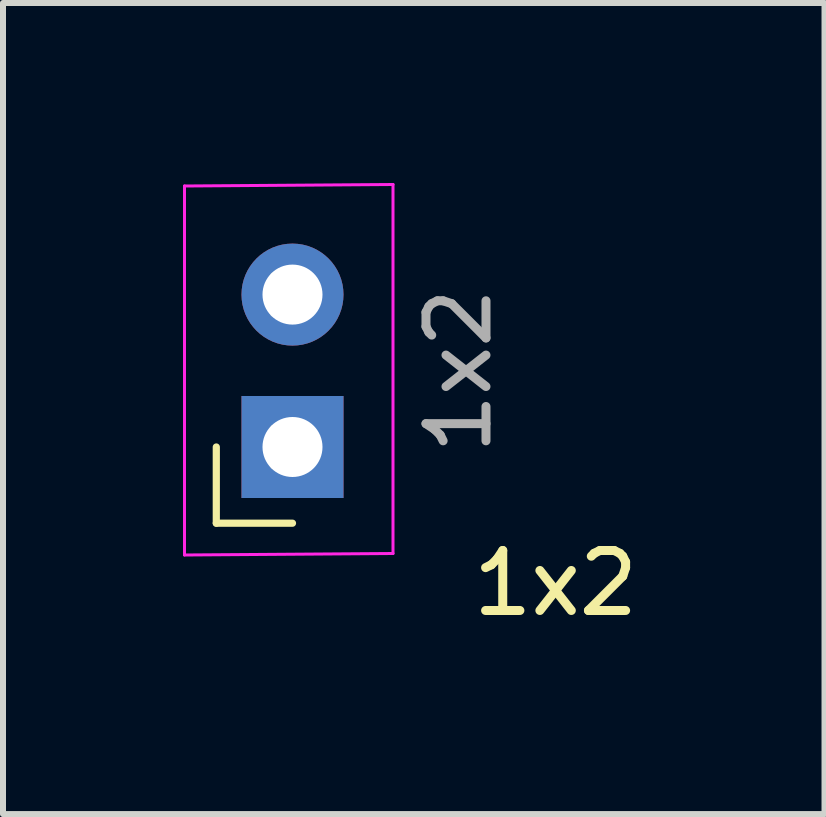
<source format=kicad_pcb>
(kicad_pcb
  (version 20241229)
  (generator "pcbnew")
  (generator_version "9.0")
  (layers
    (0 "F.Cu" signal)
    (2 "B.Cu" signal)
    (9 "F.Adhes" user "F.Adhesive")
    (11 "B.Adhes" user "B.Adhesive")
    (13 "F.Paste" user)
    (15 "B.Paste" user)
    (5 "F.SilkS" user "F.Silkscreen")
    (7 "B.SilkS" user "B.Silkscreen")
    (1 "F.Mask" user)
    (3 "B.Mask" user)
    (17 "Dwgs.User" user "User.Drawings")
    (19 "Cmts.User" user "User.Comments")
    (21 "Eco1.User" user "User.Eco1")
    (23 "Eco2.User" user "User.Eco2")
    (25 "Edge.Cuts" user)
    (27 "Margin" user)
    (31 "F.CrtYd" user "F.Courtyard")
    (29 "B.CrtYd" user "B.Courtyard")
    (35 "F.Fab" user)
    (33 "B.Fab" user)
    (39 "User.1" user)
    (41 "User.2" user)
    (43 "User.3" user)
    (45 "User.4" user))
  (footprint "1x2"
    (layer "F.Cu")
    (at 1.825 1.85)
    (property "Reference" "1x2" (at 4.385 4.82 0) (layer "F.SilkS") (effects (font (size 1 1) (thickness 0.15))))
    (attr through_hole)
    (fp_line (start -1.27 2.55) (end -1.27 3.82) (stroke (width 0.12) (type solid)) (layer "F.SilkS"))
    (fp_line (start -1.27 3.82) (end 0 3.82) (stroke (width 0.12) (type solid)) (layer "F.SilkS"))
    (fp_line (start -1.8 -1.8) (end 1.675 -1.825) (stroke (width 0.05) (type solid)) (layer "F.CrtYd"))
    (fp_line (start -1.8 4.35) (end -1.8 -1.8) (stroke (width 0.05) (type solid)) (layer "F.CrtYd"))
    (fp_line (start 1.675 -1.825) (end 1.675 4.325) (stroke (width 0.05) (type solid)) (layer "F.CrtYd"))
    (fp_line (start 1.675 4.325) (end -1.8 4.35) (stroke (width 0.05) (type solid)) (layer "F.CrtYd"))
    (fp_line (start -0.32 0.33) (end -0.32 -0.31) (stroke (width 0.1) (type solid)) (layer "F.Fab"))
    (fp_line (start -0.32 2.87) (end -0.32 2.23) (stroke (width 0.1) (type solid)) (layer "F.Fab"))
    (fp_text user "${REFERENCE}" (at 2.77 1.28 90) (layer "F.Fab") (effects (font (size 1 1) (thickness 0.15))))
    (pad "1" thru_hole rect (at 0 2.55) (size 1.7 1.7) (drill 1) (layers "*.Cu" "*.Mask"))
    (pad "2" thru_hole oval (at 0 0.01) (size 1.7 1.7) (drill 1) (layers "*.Cu" "*.Mask")))
  (gr_rect
    (start -3 -3)
    (end 10.692 10.518)
    (stroke (width 0.1) (type default))
    (fill no)
    (layer "Edge.Cuts")))
</source>
